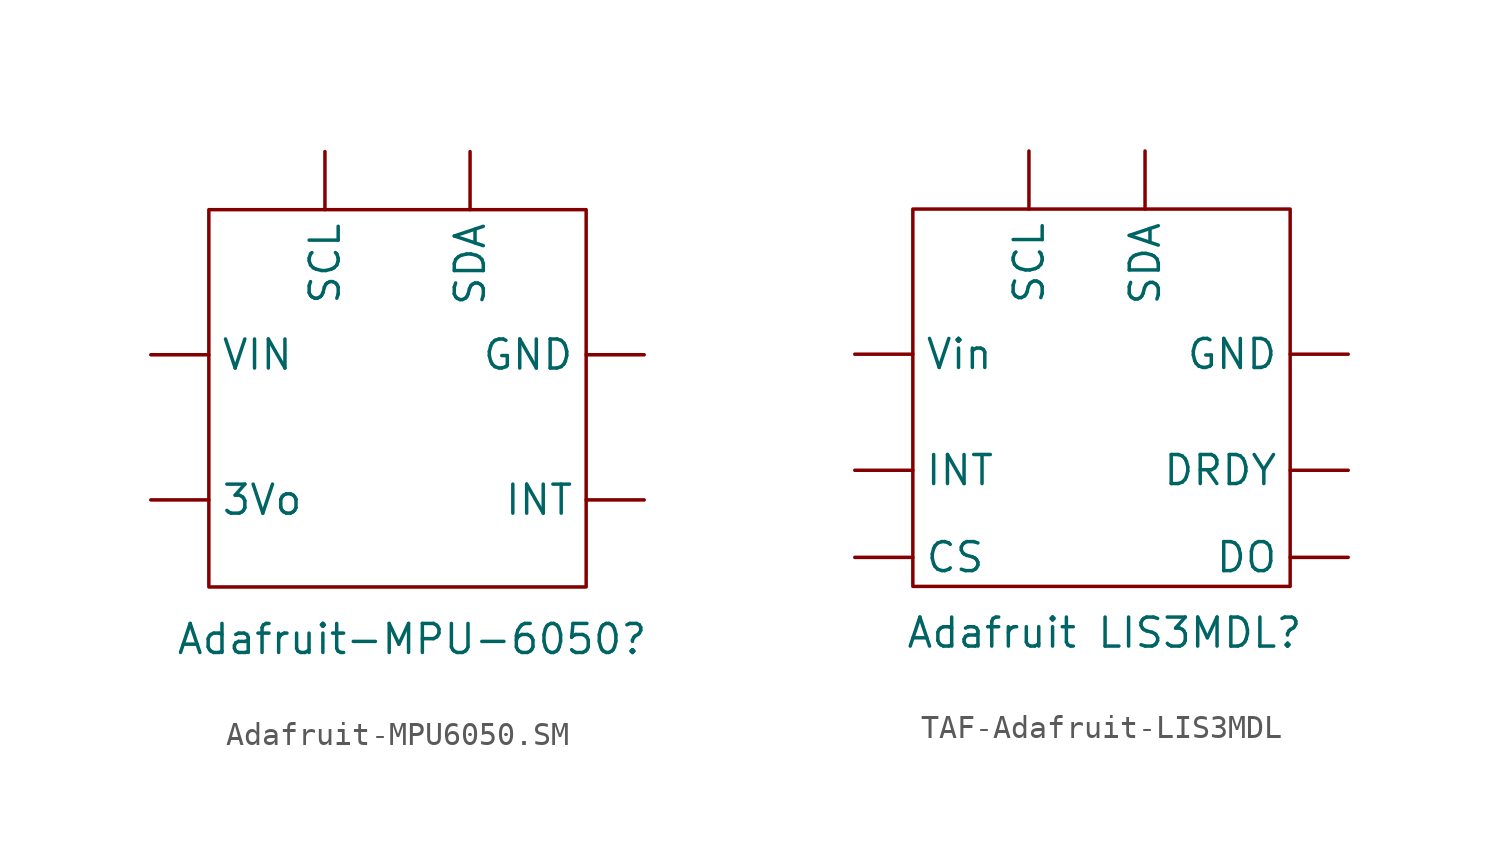
<source format=kicad_sym>
(kicad_symbol_lib
  (version 20231120)
  (generator "kicad_symbol_editor")
  (generator_version "8.0")
  (symbol "Adafruit-MPU6050.SM"
    (property "Reference" "Adafruit-MPU-6050"
      (at 1.27 -11.176 0)
      (effects (font (size 1.27 1.27))))
    (property "Value" ""
      (at 5.08 3.81 0)
      (effects (font (size 1.27 1.27))))
    (symbol "Adafruit-MPU6050.SM_0_1"
      (rectangle (start -7.62 7.62) (end 8.89 -8.89) (stroke (width 0) (type default)) (fill (type none))))
    (symbol "Adafruit-MPU6050.SM_1_1"
      (pin power_out line (at -10.16 -5.08 0) (length 2.54) (name "3Vo" (effects (font (size 1.27 1.27)))) (number "" (effects (font (size 1.27 1.27)))))
      (pin power_in line (at 11.43 1.27 180) (length 2.54) (name "GND" (effects (font (size 1.27 1.27)))) (number "" (effects (font (size 1.27 1.27)))))
      (pin input line (at 11.43 -5.08 180) (length 2.54) (name "INT" (effects (font (size 1.27 1.27)))) (number "" (effects (font (size 1.27 1.27)))))
      (pin input line (at -2.54 10.16 270) (length 2.54) (name "SCL" (effects (font (size 1.27 1.27)))) (number "" (effects (font (size 1.27 1.27)))))
      (pin bidirectional line (at 3.81 10.16 270) (length 2.54) (name "SDA" (effects (font (size 1.27 1.27)))) (number "" (effects (font (size 1.27 1.27)))))
      (pin power_in line (at -10.16 1.27 0) (length 2.54) (name "VIN" (effects (font (size 1.27 1.27)))) (number "" (effects (font (size 1.27 1.27)))))))
  (symbol "TAF-Adafruit-LIS3MDL"
    (property "Reference" "Adafruit LIS3MDL"
      (at 0.762 -9.652 0)
      (effects (font (size 1.27 1.27))))
    (property "Value" ""
      (at 0 10.16 0)
      (effects (font (size 1.27 1.27))))
    (symbol "TAF-Adafruit-LIS3MDL_0_1"
      (rectangle (start -7.62 8.89) (end 8.89 -7.62) (stroke (width 0) (type default)) (fill (type none))))
    (symbol "TAF-Adafruit-LIS3MDL_1_1"
      (pin input line (at -10.16 -6.35 0) (length 2.54) (name "CS" (effects (font (size 1.27 1.27)))) (number "" (effects (font (size 1.27 1.27)))))
      (pin input line (at 11.43 -6.35 180) (length 2.54) (name "DO" (effects (font (size 1.27 1.27)))) (number "" (effects (font (size 1.27 1.27)))))
      (pin output line (at 11.43 -2.54 180) (length 2.54) (name "DRDY" (effects (font (size 1.27 1.27)))) (number "" (effects (font (size 1.27 1.27)))))
      (pin power_in line (at 11.43 2.54 180) (length 2.54) (name "GND" (effects (font (size 1.27 1.27)))) (number "" (effects (font (size 1.27 1.27)))))
      (pin input line (at -10.16 -2.54 0) (length 2.54) (name "INT" (effects (font (size 1.27 1.27)))) (number "" (effects (font (size 1.27 1.27)))))
      (pin input line (at -2.54 11.43 270) (length 2.54) (name "SCL" (effects (font (size 1.27 1.27)))) (number "" (effects (font (size 1.27 1.27)))))
      (pin bidirectional line (at 2.54 11.43 270) (length 2.54) (name "SDA" (effects (font (size 1.27 1.27)))) (number "" (effects (font (size 1.27 1.27)))))
      (pin power_in line (at -10.16 2.54 0) (length 2.54) (name "Vin" (effects (font (size 1.27 1.27)))) (number "" (effects (font (size 1.27 1.27))))))))
</source>
